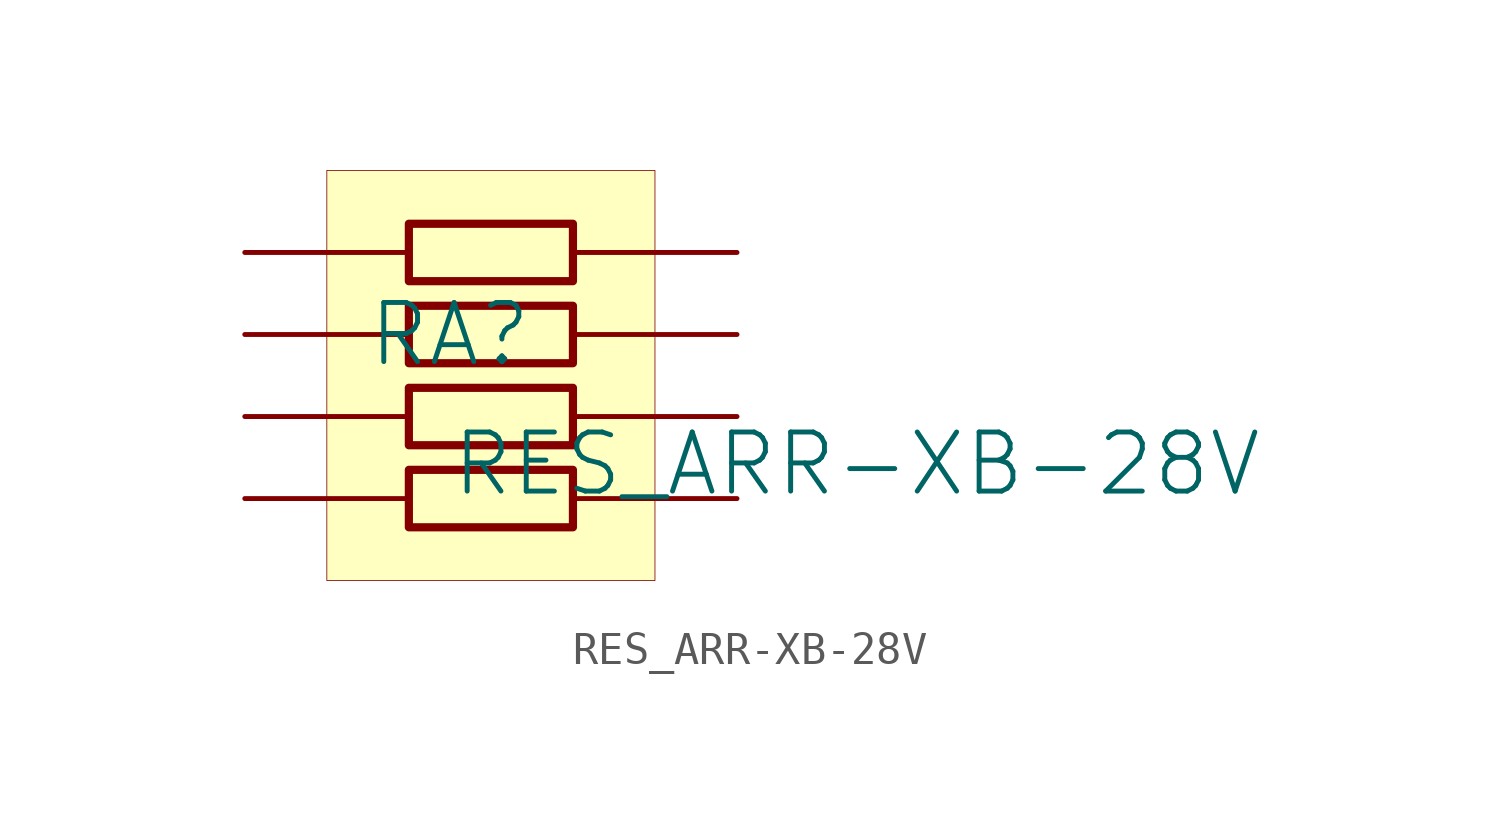
<source format=kicad_sym>
(kicad_symbol_lib
  (version 20231120)
  (generator "kicad_symbol_editor")
  (generator_version "8.0")
  (symbol "RES_ARR-XB-28V"
    (property "Reference" "RA"
      (at -1.27 1.27 0)
      (effects (font (size 1.829 1.829))))
    (property "Value" "RES_ARR-XB-28V"
      (at -1.27 -3.81 0)
      (effects (font (size 1.829 1.829)) (justify left bottom)))
    (symbol "RES_ARR-XB-28V_1_0"
      (polyline (pts (xy -2.54 -3.81) (xy -2.54 -2.921) (xy 2.54 -2.921) (xy 2.54 -4.699) (xy -2.54 -4.699) (xy -2.54 -3.81)) (stroke (width 0.254) (type solid)) (fill (type none)))
      (polyline (pts (xy -2.54 -1.27) (xy -2.54 -0.381) (xy 2.54 -0.381) (xy 2.54 -2.159) (xy -2.54 -2.159) (xy -2.54 -1.27)) (stroke (width 0.254) (type solid)) (fill (type none)))
      (polyline (pts (xy -2.54 1.27) (xy -2.54 2.159) (xy 2.54 2.159) (xy 2.54 0.381) (xy -2.54 0.381) (xy -2.54 1.27)) (stroke (width 0.254) (type solid)) (fill (type none)))
      (polyline (pts (xy -2.54 3.81) (xy -2.54 4.699) (xy 2.54 4.699) (xy 2.54 2.921) (xy -2.54 2.921) (xy -2.54 3.81)) (stroke (width 0.254) (type solid)) (fill (type none)))
      (rectangle (start 5.08 6.35) (end -5.08 -6.35) (stroke (width 0.025) (type solid) (color 128 0 0 1)) (fill (type background)))
      (pin passive line (at -7.62 3.81 0) (length 5.08) (name "1" (effects (font (size 0 0)))) (number "1" (effects (font (size 0 0)))))
      (pin passive line (at -7.62 1.27 0) (length 5.08) (name "2" (effects (font (size 0 0)))) (number "2" (effects (font (size 0 0)))))
      (pin passive line (at -7.62 -1.27 0) (length 5.08) (name "3" (effects (font (size 0 0)))) (number "3" (effects (font (size 0 0)))))
      (pin passive line (at -7.62 -3.81 0) (length 5.08) (name "4" (effects (font (size 0 0)))) (number "4" (effects (font (size 0 0)))))
      (pin passive line (at 7.62 -3.81 180) (length 5.08) (name "5" (effects (font (size 0 0)))) (number "5" (effects (font (size 0 0)))))
      (pin passive line (at 7.62 -1.27 180) (length 5.08) (name "6" (effects (font (size 0 0)))) (number "6" (effects (font (size 0 0)))))
      (pin passive line (at 7.62 1.27 180) (length 5.08) (name "7" (effects (font (size 0 0)))) (number "7" (effects (font (size 0 0)))))
      (pin passive line (at 7.62 3.81 180) (length 5.08) (name "8" (effects (font (size 0 0)))) (number "8" (effects (font (size 0 0))))))))
</source>
